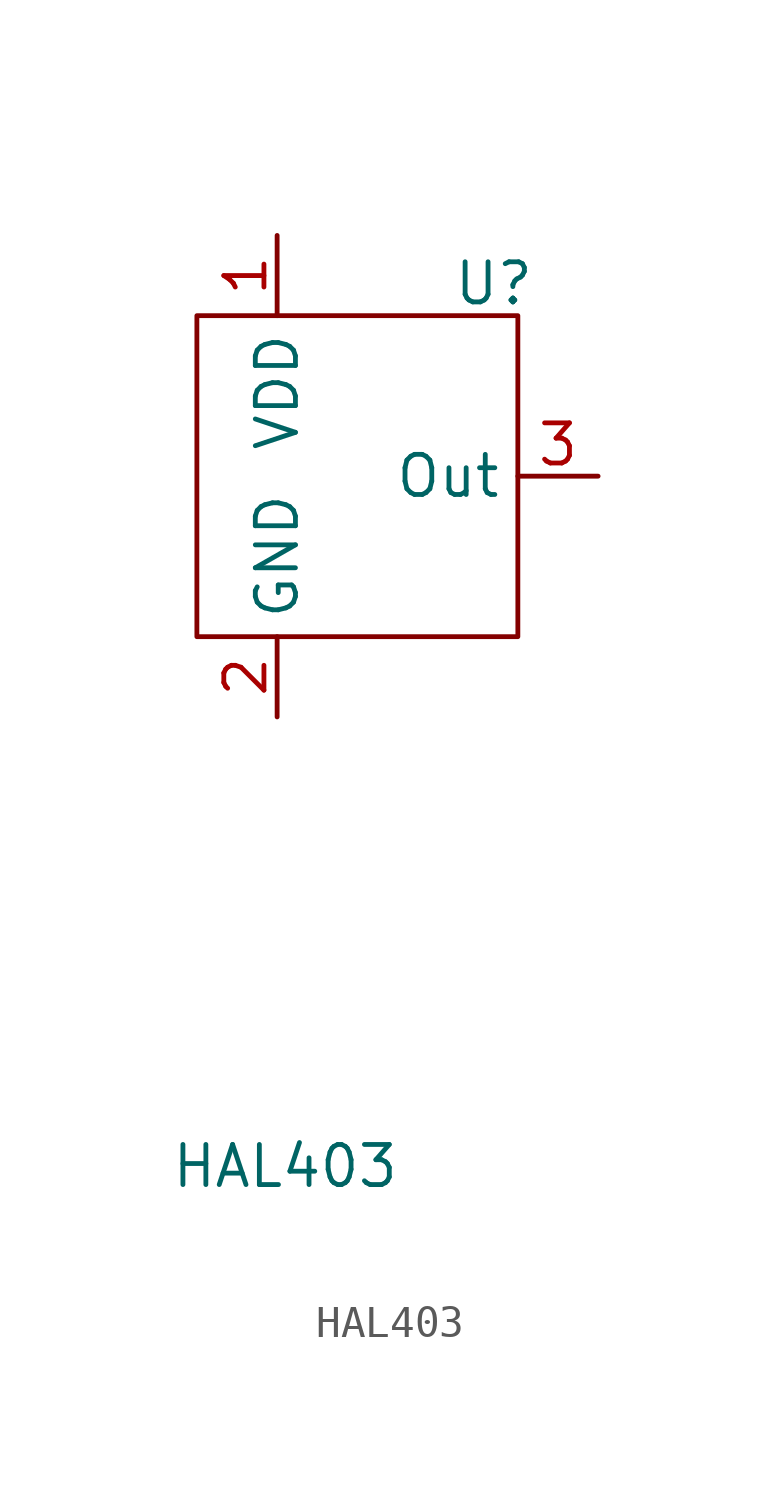
<source format=kicad_sym>
(kicad_symbol_lib
  (version 20241209)
  (generator "kicad_symbol_editor")
  (generator_version "9.0")
  (symbol "HAL403"
    (property "Reference" "U"
      (at 6.858 6.096 0)
      (effects (font (size 1.27 1.27))))
    (property "Value" "HAL403"
      (at 0.254 -21.844 0)
      (effects (font (size 1.27 1.27))))
    (symbol "HAL403_0_1"
      (rectangle (start -2.54 5.08) (end 7.62 -5.08) (stroke (width 0) (type default)) (fill (type none))))
    (symbol "HAL403_1_0"
      (pin power_in line (at 0 7.62 270) (length 2.54) (name "VDD" (effects (font (size 1.27 1.27)))) (number "1" (effects (font (size 1.27 1.27)))))
      (pin power_in line (at 0 -7.62 90) (length 2.54) (name "GND" (effects (font (size 1.27 1.27)))) (number "2" (effects (font (size 1.27 1.27)))))
      (pin output line (at 10.16 0 180) (length 2.54) (name "Out" (effects (font (size 1.27 1.27)))) (number "3" (effects (font (size 1.27 1.27))))))))
</source>
